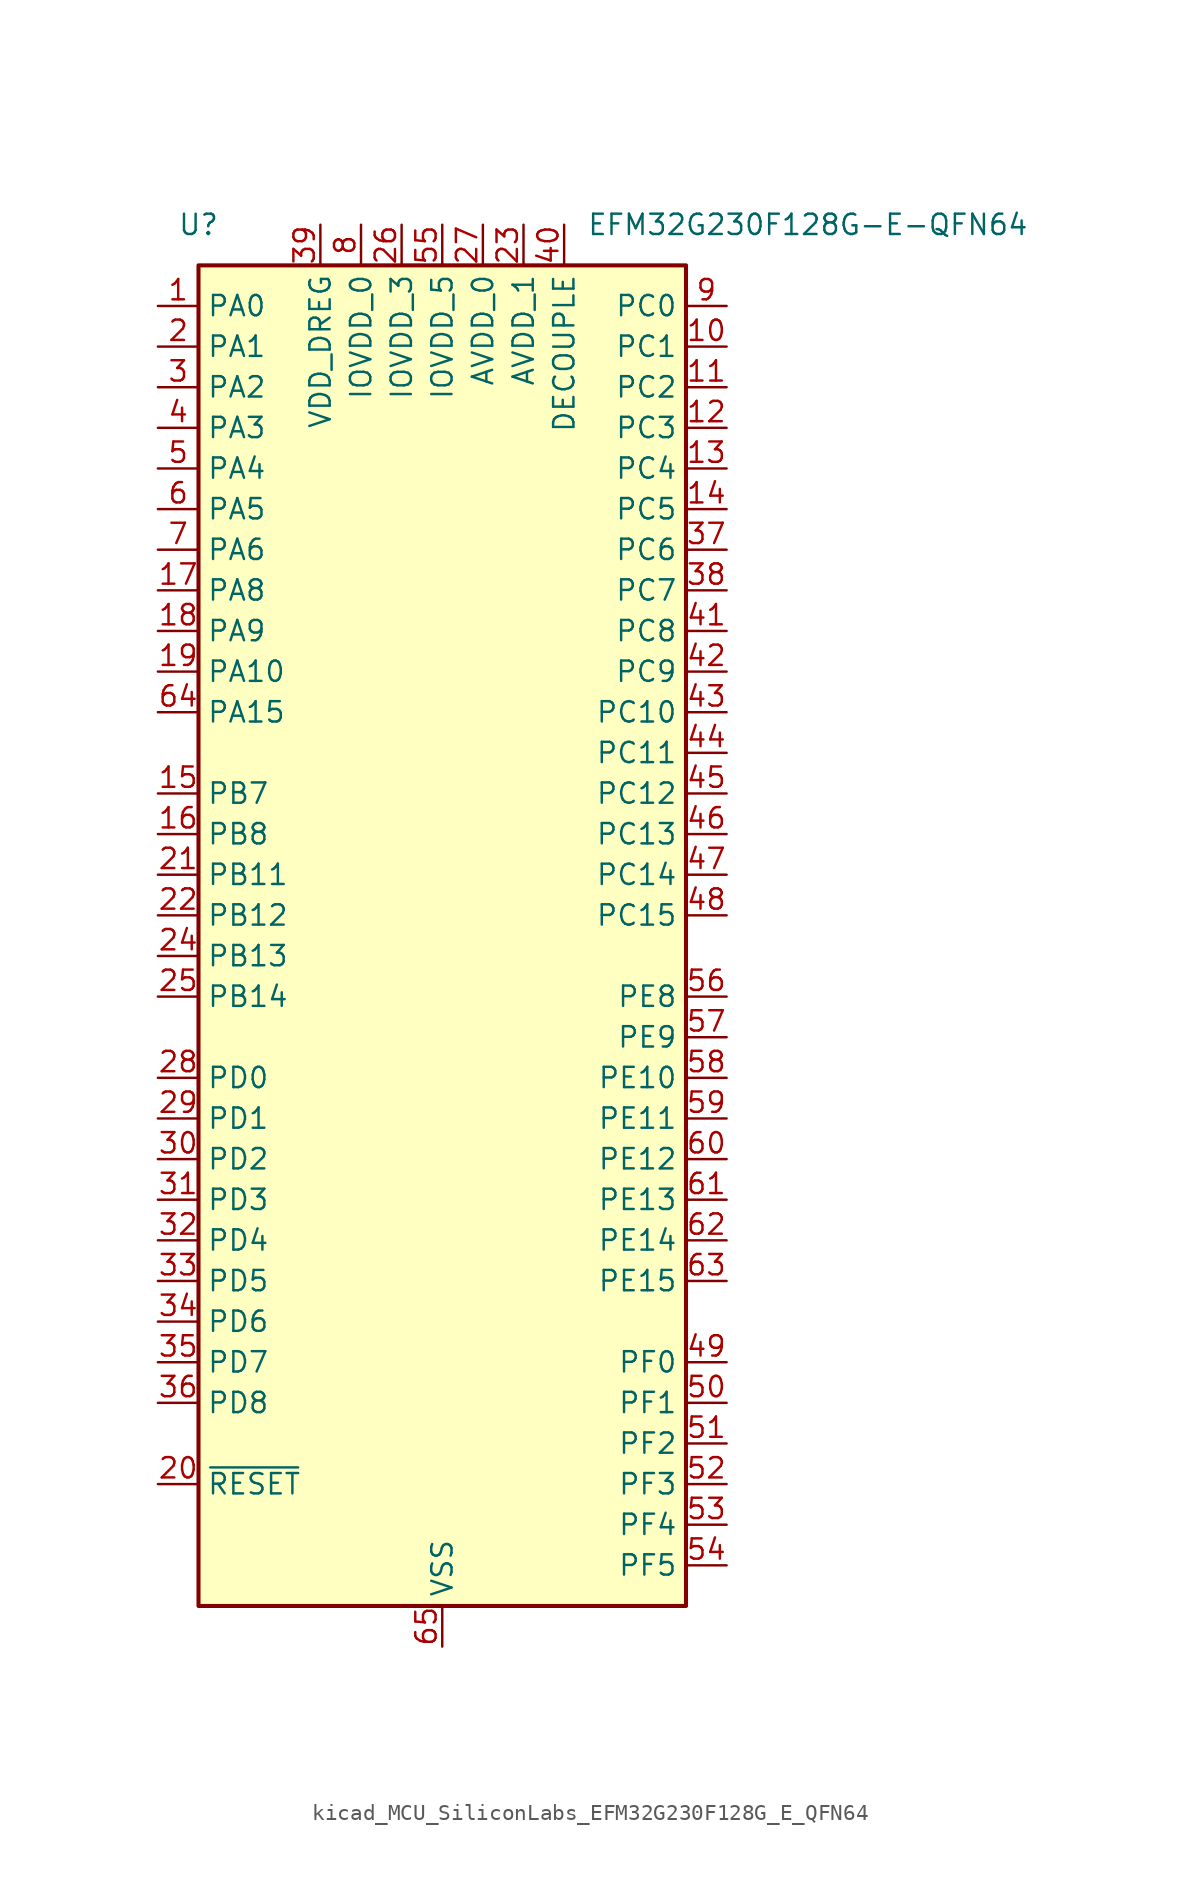
<source format=kicad_sym>
(kicad_symbol_lib
  (version 20220914)
  (generator kicad_symbol_editor)
  (symbol "kicad_MCU_SiliconLabs_EFM32G230F128G_E_QFN64"
    (property "Reference" "U"
      (at -15.24 43.18 0)
      (effects (font (size 1.27 1.27))))
    (property "Value" "EFM32G230F128G-E-QFN64"
      (at 22.86 43.18 0)
      (effects (font (size 1.27 1.27))))
    (symbol "kicad_MCU_SiliconLabs_EFM32G230F128G_E_QFN64_0_1"
      (rectangle (start -15.24 40.64) (end 15.24 -43.18) (stroke (width 0.254) (type default)) (fill (type background))))
    (symbol "kicad_MCU_SiliconLabs_EFM32G230F128G_E_QFN64_1_1"
      (pin bidirectional line (at -17.78 38.1 0) (length 2.54) (name "PA0" (effects (font (size 1.27 1.27)))) (number "1" (effects (font (size 1.27 1.27)))))
      (pin bidirectional line (at 17.78 35.56 180) (length 2.54) (name "PC1" (effects (font (size 1.27 1.27)))) (number "10" (effects (font (size 1.27 1.27)))))
      (pin bidirectional line (at 17.78 33.02 180) (length 2.54) (name "PC2" (effects (font (size 1.27 1.27)))) (number "11" (effects (font (size 1.27 1.27)))))
      (pin bidirectional line (at 17.78 30.48 180) (length 2.54) (name "PC3" (effects (font (size 1.27 1.27)))) (number "12" (effects (font (size 1.27 1.27)))))
      (pin bidirectional line (at 17.78 27.94 180) (length 2.54) (name "PC4" (effects (font (size 1.27 1.27)))) (number "13" (effects (font (size 1.27 1.27)))))
      (pin bidirectional line (at 17.78 25.4 180) (length 2.54) (name "PC5" (effects (font (size 1.27 1.27)))) (number "14" (effects (font (size 1.27 1.27)))))
      (pin bidirectional line (at -17.78 7.62 0) (length 2.54) (name "PB7" (effects (font (size 1.27 1.27)))) (number "15" (effects (font (size 1.27 1.27)))))
      (pin bidirectional line (at -17.78 5.08 0) (length 2.54) (name "PB8" (effects (font (size 1.27 1.27)))) (number "16" (effects (font (size 1.27 1.27)))))
      (pin bidirectional line (at -17.78 20.32 0) (length 2.54) (name "PA8" (effects (font (size 1.27 1.27)))) (number "17" (effects (font (size 1.27 1.27)))))
      (pin bidirectional line (at -17.78 17.78 0) (length 2.54) (name "PA9" (effects (font (size 1.27 1.27)))) (number "18" (effects (font (size 1.27 1.27)))))
      (pin bidirectional line (at -17.78 15.24 0) (length 2.54) (name "PA10" (effects (font (size 1.27 1.27)))) (number "19" (effects (font (size 1.27 1.27)))))
      (pin bidirectional line (at -17.78 35.56 0) (length 2.54) (name "PA1" (effects (font (size 1.27 1.27)))) (number "2" (effects (font (size 1.27 1.27)))))
      (pin input line (at -17.78 -35.56 0) (length 2.54) (name "~{RESET}" (effects (font (size 1.27 1.27)))) (number "20" (effects (font (size 1.27 1.27)))))
      (pin bidirectional line (at -17.78 2.54 0) (length 2.54) (name "PB11" (effects (font (size 1.27 1.27)))) (number "21" (effects (font (size 1.27 1.27)))))
      (pin bidirectional line (at -17.78 0 0) (length 2.54) (name "PB12" (effects (font (size 1.27 1.27)))) (number "22" (effects (font (size 1.27 1.27)))))
      (pin power_in line (at 5.08 43.18 270) (length 2.54) (name "AVDD_1" (effects (font (size 1.27 1.27)))) (number "23" (effects (font (size 1.27 1.27)))))
      (pin bidirectional line (at -17.78 -2.54 0) (length 2.54) (name "PB13" (effects (font (size 1.27 1.27)))) (number "24" (effects (font (size 1.27 1.27)))))
      (pin bidirectional line (at -17.78 -5.08 0) (length 2.54) (name "PB14" (effects (font (size 1.27 1.27)))) (number "25" (effects (font (size 1.27 1.27)))))
      (pin power_in line (at -2.54 43.18 270) (length 2.54) (name "IOVDD_3" (effects (font (size 1.27 1.27)))) (number "26" (effects (font (size 1.27 1.27)))))
      (pin power_in line (at 2.54 43.18 270) (length 2.54) (name "AVDD_0" (effects (font (size 1.27 1.27)))) (number "27" (effects (font (size 1.27 1.27)))))
      (pin bidirectional line (at -17.78 -10.16 0) (length 2.54) (name "PD0" (effects (font (size 1.27 1.27)))) (number "28" (effects (font (size 1.27 1.27)))))
      (pin bidirectional line (at -17.78 -12.7 0) (length 2.54) (name "PD1" (effects (font (size 1.27 1.27)))) (number "29" (effects (font (size 1.27 1.27)))))
      (pin bidirectional line (at -17.78 33.02 0) (length 2.54) (name "PA2" (effects (font (size 1.27 1.27)))) (number "3" (effects (font (size 1.27 1.27)))))
      (pin bidirectional line (at -17.78 -15.24 0) (length 2.54) (name "PD2" (effects (font (size 1.27 1.27)))) (number "30" (effects (font (size 1.27 1.27)))))
      (pin bidirectional line (at -17.78 -17.78 0) (length 2.54) (name "PD3" (effects (font (size 1.27 1.27)))) (number "31" (effects (font (size 1.27 1.27)))))
      (pin bidirectional line (at -17.78 -20.32 0) (length 2.54) (name "PD4" (effects (font (size 1.27 1.27)))) (number "32" (effects (font (size 1.27 1.27)))))
      (pin bidirectional line (at -17.78 -22.86 0) (length 2.54) (name "PD5" (effects (font (size 1.27 1.27)))) (number "33" (effects (font (size 1.27 1.27)))))
      (pin bidirectional line (at -17.78 -25.4 0) (length 2.54) (name "PD6" (effects (font (size 1.27 1.27)))) (number "34" (effects (font (size 1.27 1.27)))))
      (pin bidirectional line (at -17.78 -27.94 0) (length 2.54) (name "PD7" (effects (font (size 1.27 1.27)))) (number "35" (effects (font (size 1.27 1.27)))))
      (pin bidirectional line (at -17.78 -30.48 0) (length 2.54) (name "PD8" (effects (font (size 1.27 1.27)))) (number "36" (effects (font (size 1.27 1.27)))))
      (pin bidirectional line (at 17.78 22.86 180) (length 2.54) (name "PC6" (effects (font (size 1.27 1.27)))) (number "37" (effects (font (size 1.27 1.27)))))
      (pin bidirectional line (at 17.78 20.32 180) (length 2.54) (name "PC7" (effects (font (size 1.27 1.27)))) (number "38" (effects (font (size 1.27 1.27)))))
      (pin power_in line (at -7.62 43.18 270) (length 2.54) (name "VDD_DREG" (effects (font (size 1.27 1.27)))) (number "39" (effects (font (size 1.27 1.27)))))
      (pin bidirectional line (at -17.78 30.48 0) (length 2.54) (name "PA3" (effects (font (size 1.27 1.27)))) (number "4" (effects (font (size 1.27 1.27)))))
      (pin passive line (at 7.62 43.18 270) (length 2.54) (name "DECOUPLE" (effects (font (size 1.27 1.27)))) (number "40" (effects (font (size 1.27 1.27)))))
      (pin bidirectional line (at 17.78 17.78 180) (length 2.54) (name "PC8" (effects (font (size 1.27 1.27)))) (number "41" (effects (font (size 1.27 1.27)))))
      (pin bidirectional line (at 17.78 15.24 180) (length 2.54) (name "PC9" (effects (font (size 1.27 1.27)))) (number "42" (effects (font (size 1.27 1.27)))))
      (pin bidirectional line (at 17.78 12.7 180) (length 2.54) (name "PC10" (effects (font (size 1.27 1.27)))) (number "43" (effects (font (size 1.27 1.27)))))
      (pin bidirectional line (at 17.78 10.16 180) (length 2.54) (name "PC11" (effects (font (size 1.27 1.27)))) (number "44" (effects (font (size 1.27 1.27)))))
      (pin bidirectional line (at 17.78 7.62 180) (length 2.54) (name "PC12" (effects (font (size 1.27 1.27)))) (number "45" (effects (font (size 1.27 1.27)))))
      (pin bidirectional line (at 17.78 5.08 180) (length 2.54) (name "PC13" (effects (font (size 1.27 1.27)))) (number "46" (effects (font (size 1.27 1.27)))))
      (pin bidirectional line (at 17.78 2.54 180) (length 2.54) (name "PC14" (effects (font (size 1.27 1.27)))) (number "47" (effects (font (size 1.27 1.27)))))
      (pin bidirectional line (at 17.78 0 180) (length 2.54) (name "PC15" (effects (font (size 1.27 1.27)))) (number "48" (effects (font (size 1.27 1.27)))))
      (pin bidirectional line (at 17.78 -27.94 180) (length 2.54) (name "PF0" (effects (font (size 1.27 1.27)))) (number "49" (effects (font (size 1.27 1.27)))))
      (pin bidirectional line (at -17.78 27.94 0) (length 2.54) (name "PA4" (effects (font (size 1.27 1.27)))) (number "5" (effects (font (size 1.27 1.27)))))
      (pin bidirectional line (at 17.78 -30.48 180) (length 2.54) (name "PF1" (effects (font (size 1.27 1.27)))) (number "50" (effects (font (size 1.27 1.27)))))
      (pin bidirectional line (at 17.78 -33.02 180) (length 2.54) (name "PF2" (effects (font (size 1.27 1.27)))) (number "51" (effects (font (size 1.27 1.27)))))
      (pin bidirectional line (at 17.78 -35.56 180) (length 2.54) (name "PF3" (effects (font (size 1.27 1.27)))) (number "52" (effects (font (size 1.27 1.27)))))
      (pin bidirectional line (at 17.78 -38.1 180) (length 2.54) (name "PF4" (effects (font (size 1.27 1.27)))) (number "53" (effects (font (size 1.27 1.27)))))
      (pin bidirectional line (at 17.78 -40.64 180) (length 2.54) (name "PF5" (effects (font (size 1.27 1.27)))) (number "54" (effects (font (size 1.27 1.27)))))
      (pin power_in line (at 0 43.18 270) (length 2.54) (name "IOVDD_5" (effects (font (size 1.27 1.27)))) (number "55" (effects (font (size 1.27 1.27)))))
      (pin bidirectional line (at 17.78 -5.08 180) (length 2.54) (name "PE8" (effects (font (size 1.27 1.27)))) (number "56" (effects (font (size 1.27 1.27)))))
      (pin bidirectional line (at 17.78 -7.62 180) (length 2.54) (name "PE9" (effects (font (size 1.27 1.27)))) (number "57" (effects (font (size 1.27 1.27)))))
      (pin bidirectional line (at 17.78 -10.16 180) (length 2.54) (name "PE10" (effects (font (size 1.27 1.27)))) (number "58" (effects (font (size 1.27 1.27)))))
      (pin bidirectional line (at 17.78 -12.7 180) (length 2.54) (name "PE11" (effects (font (size 1.27 1.27)))) (number "59" (effects (font (size 1.27 1.27)))))
      (pin bidirectional line (at -17.78 25.4 0) (length 2.54) (name "PA5" (effects (font (size 1.27 1.27)))) (number "6" (effects (font (size 1.27 1.27)))))
      (pin bidirectional line (at 17.78 -15.24 180) (length 2.54) (name "PE12" (effects (font (size 1.27 1.27)))) (number "60" (effects (font (size 1.27 1.27)))))
      (pin bidirectional line (at 17.78 -17.78 180) (length 2.54) (name "PE13" (effects (font (size 1.27 1.27)))) (number "61" (effects (font (size 1.27 1.27)))))
      (pin bidirectional line (at 17.78 -20.32 180) (length 2.54) (name "PE14" (effects (font (size 1.27 1.27)))) (number "62" (effects (font (size 1.27 1.27)))))
      (pin bidirectional line (at 17.78 -22.86 180) (length 2.54) (name "PE15" (effects (font (size 1.27 1.27)))) (number "63" (effects (font (size 1.27 1.27)))))
      (pin bidirectional line (at -17.78 12.7 0) (length 2.54) (name "PA15" (effects (font (size 1.27 1.27)))) (number "64" (effects (font (size 1.27 1.27)))))
      (pin power_in line (at 0 -45.72 90) (length 2.54) (name "VSS" (effects (font (size 1.27 1.27)))) (number "65" (effects (font (size 1.27 1.27)))))
      (pin bidirectional line (at -17.78 22.86 0) (length 2.54) (name "PA6" (effects (font (size 1.27 1.27)))) (number "7" (effects (font (size 1.27 1.27)))))
      (pin power_in line (at -5.08 43.18 270) (length 2.54) (name "IOVDD_0" (effects (font (size 1.27 1.27)))) (number "8" (effects (font (size 1.27 1.27)))))
      (pin bidirectional line (at 17.78 38.1 180) (length 2.54) (name "PC0" (effects (font (size 1.27 1.27)))) (number "9" (effects (font (size 1.27 1.27))))))))
</source>
